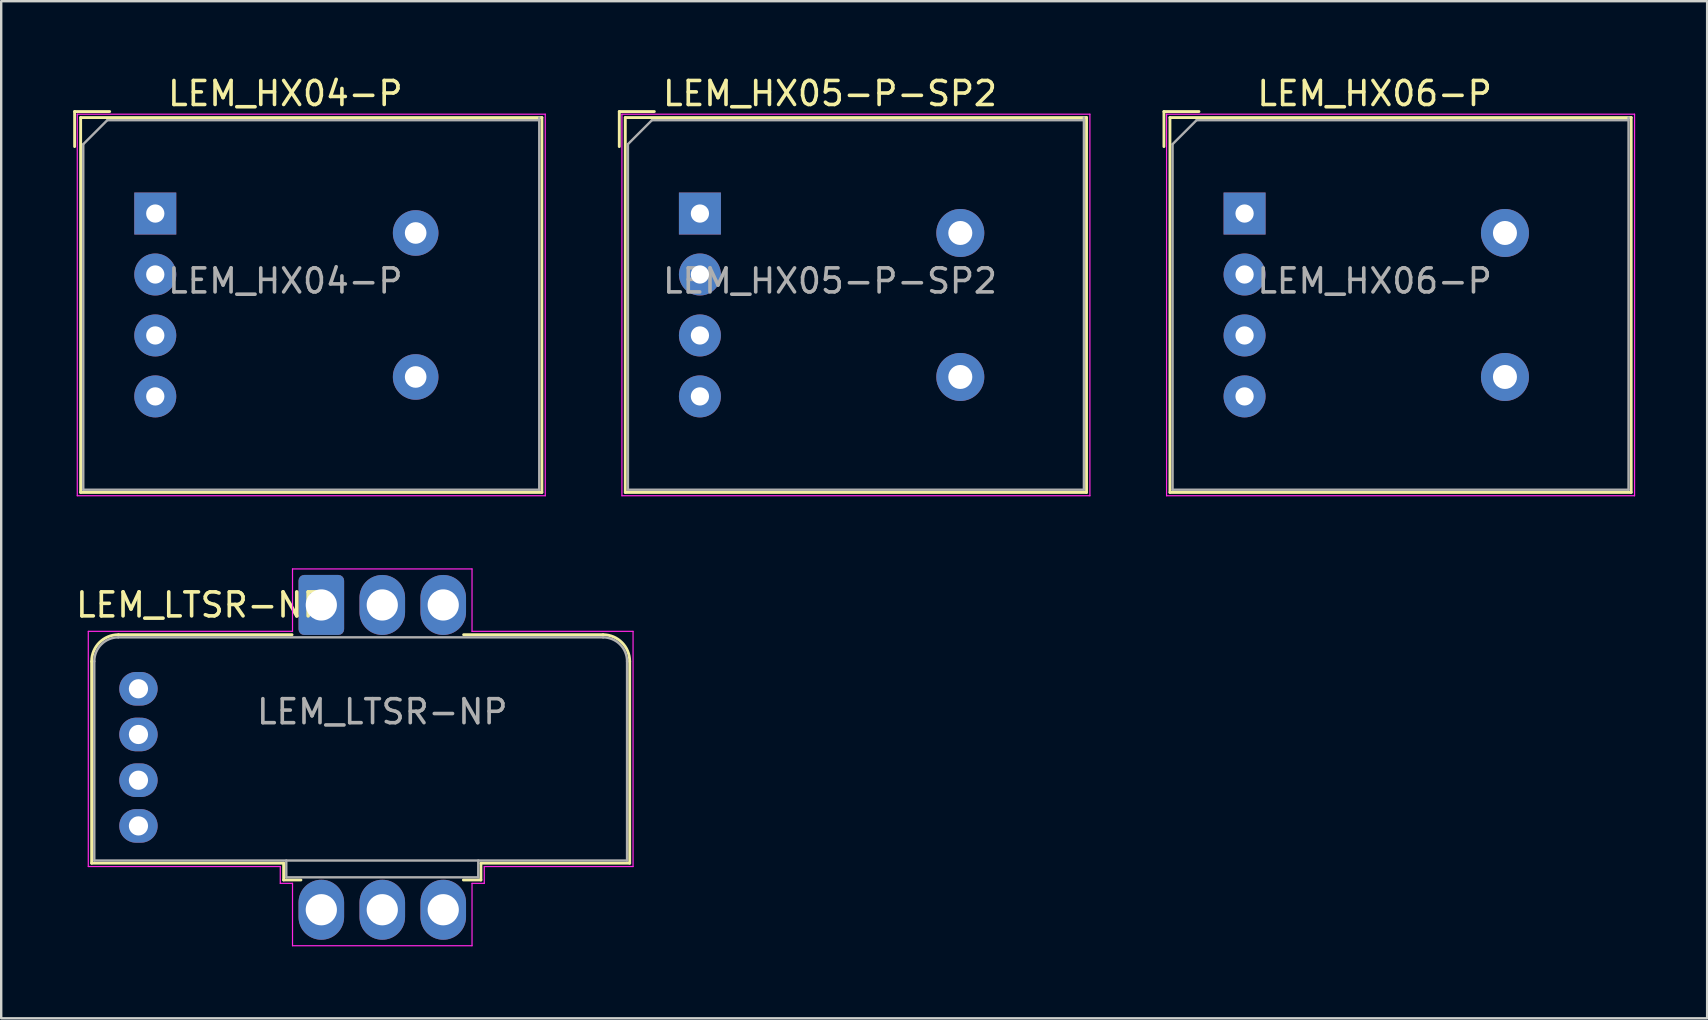
<source format=kicad_pcb>
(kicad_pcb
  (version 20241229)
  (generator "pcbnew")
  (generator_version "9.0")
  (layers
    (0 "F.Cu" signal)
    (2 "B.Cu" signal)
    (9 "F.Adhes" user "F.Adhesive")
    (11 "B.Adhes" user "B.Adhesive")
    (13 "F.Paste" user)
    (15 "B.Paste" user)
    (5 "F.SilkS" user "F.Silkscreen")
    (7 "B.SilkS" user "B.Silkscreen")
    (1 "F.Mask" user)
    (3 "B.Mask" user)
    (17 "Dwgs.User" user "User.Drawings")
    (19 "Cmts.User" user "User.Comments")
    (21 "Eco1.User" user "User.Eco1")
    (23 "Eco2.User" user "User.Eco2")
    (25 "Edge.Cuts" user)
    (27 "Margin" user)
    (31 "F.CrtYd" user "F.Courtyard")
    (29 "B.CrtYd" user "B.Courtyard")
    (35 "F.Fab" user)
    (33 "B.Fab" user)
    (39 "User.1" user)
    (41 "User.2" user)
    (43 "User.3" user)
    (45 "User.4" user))
  (footprint "LEM_LTSR-NP"
    (layer "F.Cu")
    (at 10.339 22.158)
    (property "Reference" "LEM_LTSR-NP" (at -5 0 0) (layer "F.SilkS") (effects (font (size 1 1) (thickness 0.15))))
    (attr through_hole)
    (fp_line (start -9.57 10.76) (end -9.57 2.36) (stroke (width 0.12) (type solid)) (layer "F.SilkS"))
    (fp_line (start -9.57 10.76) (end -1.57 10.76) (stroke (width 0.12) (type solid)) (layer "F.SilkS"))
    (fp_line (start -8.45 1.24) (end -1.22 1.24) (stroke (width 0.12) (type solid)) (layer "F.SilkS"))
    (fp_line (start -1.57 11.46) (end -1.57 10.76) (stroke (width 0.12) (type solid)) (layer "F.SilkS"))
    (fp_line (start -1.57 11.46) (end -0.85 11.46) (stroke (width 0.12) (type solid)) (layer "F.SilkS"))
    (fp_line (start 5.92 11.46) (end 6.65 11.46) (stroke (width 0.12) (type solid)) (layer "F.SilkS"))
    (fp_line (start 5.93 1.24) (end 11.74 1.24) (stroke (width 0.12) (type solid)) (layer "F.SilkS"))
    (fp_line (start 6.65 10.76) (end 12.85 10.76) (stroke (width 0.12) (type solid)) (layer "F.SilkS"))
    (fp_line (start 6.65 11.46) (end 6.65 10.76) (stroke (width 0.12) (type solid)) (layer "F.SilkS"))
    (fp_line (start 12.85 10.76) (end 12.85 2.35) (stroke (width 0.12) (type solid)) (layer "F.SilkS"))
    (fp_arc (start -9.57 2.35) (mid -9.244889 1.565111) (end -8.46 1.24) (stroke (width 0.12) (type solid)) (layer "F.SilkS"))
    (fp_arc (start 11.74 1.24) (mid 12.524889 1.565111) (end 12.85 2.35) (stroke (width 0.12) (type solid)) (layer "F.SilkS"))
    (fp_line (start -9.71 1.1) (end -9.71 10.9) (stroke (width 0.05) (type solid)) (layer "F.CrtYd"))
    (fp_line (start -9.71 1.1) (end -1.2 1.1) (stroke (width 0.05) (type solid)) (layer "F.CrtYd"))
    (fp_line (start -9.71 10.9) (end -1.71 10.9) (stroke (width 0.05) (type solid)) (layer "F.CrtYd"))
    (fp_line (start -1.71 11.6) (end -1.71 10.9) (stroke (width 0.05) (type solid)) (layer "F.CrtYd"))
    (fp_line (start -1.71 11.6) (end -1.2 11.6) (stroke (width 0.05) (type solid)) (layer "F.CrtYd"))
    (fp_line (start -1.2 -1.5) (end -1.2 1.1) (stroke (width 0.05) (type solid)) (layer "F.CrtYd"))
    (fp_line (start -1.2 -1.5) (end 6.28 -1.5) (stroke (width 0.05) (type solid)) (layer "F.CrtYd"))
    (fp_line (start -1.2 11.6) (end -1.2 14.2) (stroke (width 0.05) (type solid)) (layer "F.CrtYd"))
    (fp_line (start -1.2 14.2) (end 6.28 14.2) (stroke (width 0.05) (type solid)) (layer "F.CrtYd"))
    (fp_line (start 6.28 -1.5) (end 6.28 1.1) (stroke (width 0.05) (type solid)) (layer "F.CrtYd"))
    (fp_line (start 6.28 1.1) (end 12.99 1.1) (stroke (width 0.05) (type solid)) (layer "F.CrtYd"))
    (fp_line (start 6.28 11.6) (end 6.28 14.2) (stroke (width 0.05) (type solid)) (layer "F.CrtYd"))
    (fp_line (start 6.28 11.6) (end 6.79 11.6) (stroke (width 0.05) (type solid)) (layer "F.CrtYd"))
    (fp_line (start 6.79 10.9) (end 12.99 10.9) (stroke (width 0.05) (type solid)) (layer "F.CrtYd"))
    (fp_line (start 6.79 11.6) (end 6.79 10.9) (stroke (width 0.05) (type solid)) (layer "F.CrtYd"))
    (fp_line (start 12.99 1.1) (end 12.99 10.9) (stroke (width 0.05) (type solid)) (layer "F.CrtYd"))
    (fp_line (start -9.46 10.65) (end -9.46 2.35) (stroke (width 0.1) (type solid)) (layer "F.Fab"))
    (fp_line (start -9.46 10.65) (end 12.74 10.65) (stroke (width 0.1) (type solid)) (layer "F.Fab"))
    (fp_line (start -8.46 1.35) (end 11.74 1.35) (stroke (width 0.1) (type solid)) (layer "F.Fab"))
    (fp_line (start -1.46 11.35) (end -1.46 10.65) (stroke (width 0.1) (type solid)) (layer "F.Fab"))
    (fp_line (start -1.46 11.35) (end 6.54 11.35) (stroke (width 0.1) (type solid)) (layer "F.Fab"))
    (fp_line (start 6.54 11.35) (end 6.54 10.65) (stroke (width 0.1) (type solid)) (layer "F.Fab"))
    (fp_line (start 12.74 10.65) (end 12.74 2.35) (stroke (width 0.1) (type solid)) (layer "F.Fab"))
    (fp_arc (start -9.46 2.35) (mid -9.167107 1.642893) (end -8.46 1.35) (stroke (width 0.1) (type solid)) (layer "F.Fab"))
    (fp_arc (start 11.74 1.35) (mid 12.447107 1.642893) (end 12.74 2.35) (stroke (width 0.1) (type solid)) (layer "F.Fab"))
    (fp_text user "${REFERENCE}" (at 2.54 4.45 0) (layer "F.Fab") (effects (font (size 1 1) (thickness 0.15))))
    (pad "1" thru_hole roundrect (at 0 0) (size 1.9 2.5) (drill 1.3) (layers "*.Cu" "*.Mask") (roundrect_rratio 0.125))
    (pad "2" thru_hole oval (at 2.54 0) (size 1.9 2.5) (drill 1.3) (layers "*.Cu" "*.Mask"))
    (pad "3" thru_hole oval (at 5.08 0) (size 1.9 2.5) (drill 1.3) (layers "*.Cu" "*.Mask"))
    (pad "4" thru_hole oval (at 5.08 12.7) (size 1.9 2.5) (drill 1.3) (layers "*.Cu" "*.Mask"))
    (pad "5" thru_hole oval (at 2.54 12.7) (size 1.9 2.5) (drill 1.3) (layers "*.Cu" "*.Mask"))
    (pad "6" thru_hole oval (at 0 12.7) (size 1.9 2.5) (drill 1.3) (layers "*.Cu" "*.Mask"))
    (pad "7" thru_hole oval (at -7.62 9.207) (size 1.6 1.4) (drill 0.8) (layers "*.Cu" "*.Mask"))
    (pad "8" thru_hole oval (at -7.62 7.303) (size 1.6 1.4) (drill 0.8) (layers "*.Cu" "*.Mask"))
    (pad "9" thru_hole oval (at -7.62 5.397) (size 1.6 1.4) (drill 0.8) (layers "*.Cu" "*.Mask"))
    (pad "10" thru_hole oval (at -7.62 3.493) (size 1.6 1.4) (drill 0.8) (layers "*.Cu" "*.Mask")))
  (footprint "LEM_HX06-P"
    (layer "F.Cu")
    (at 48.81 5.848)
    (property "Reference" "LEM_HX06-P" (at 5.42 -5 0) (layer "F.SilkS") (effects (font (size 1 1) (thickness 0.15))))
    (attr through_hole)
    (fp_line (start -3.36 -2.79) (end -3.36 -4.25) (stroke (width 0.12) (type solid)) (layer "F.SilkS"))
    (fp_line (start -3.11 -4) (end -3.11 11.62) (stroke (width 0.12) (type solid)) (layer "F.SilkS"))
    (fp_line (start -3.11 11.62) (end 16.11 11.62) (stroke (width 0.12) (type solid)) (layer "F.SilkS"))
    (fp_line (start -1.9 -4.25) (end -3.36 -4.25) (stroke (width 0.12) (type solid)) (layer "F.SilkS"))
    (fp_line (start 16.11 -4) (end -3.11 -4) (stroke (width 0.12) (type solid)) (layer "F.SilkS"))
    (fp_line (start 16.11 11.62) (end 16.11 -4) (stroke (width 0.12) (type solid)) (layer "F.SilkS"))
    (fp_line (start -3.25 -4.14) (end -3.25 11.76) (stroke (width 0.05) (type solid)) (layer "F.CrtYd"))
    (fp_line (start -3.25 11.76) (end 16.25 11.76) (stroke (width 0.05) (type solid)) (layer "F.CrtYd"))
    (fp_line (start 16.25 -4.14) (end -3.25 -4.14) (stroke (width 0.05) (type solid)) (layer "F.CrtYd"))
    (fp_line (start 16.25 11.76) (end 16.25 -4.14) (stroke (width 0.05) (type solid)) (layer "F.CrtYd"))
    (fp_line (start -3 -2.89) (end -3 11.51) (stroke (width 0.1) (type solid)) (layer "F.Fab"))
    (fp_line (start -3 11.51) (end 16 11.51) (stroke (width 0.1) (type solid)) (layer "F.Fab"))
    (fp_line (start -2 -3.89) (end -3 -2.89) (stroke (width 0.1) (type solid)) (layer "F.Fab"))
    (fp_line (start 16 -3.89) (end -2 -3.89) (stroke (width 0.1) (type solid)) (layer "F.Fab"))
    (fp_line (start 16 11.51) (end 16 -4) (stroke (width 0.1) (type solid)) (layer "F.Fab"))
    (fp_text user "${REFERENCE}" (at 5.42 2.81 0) (layer "F.Fab") (effects (font (size 1 1) (thickness 0.15))))
    (pad "1" thru_hole rect (at 0 0) (size 1.75 1.75) (drill 0.76) (layers "*.Cu" "*.Mask"))
    (pad "2" thru_hole circle (at 0 2.54) (size 1.75 1.75) (drill 0.76) (layers "*.Cu" "*.Mask"))
    (pad "3" thru_hole circle (at 0 5.08) (size 1.75 1.75) (drill 0.76) (layers "*.Cu" "*.Mask"))
    (pad "4" thru_hole circle (at 0 7.62) (size 1.75 1.75) (drill 0.76) (layers "*.Cu" "*.Mask"))
    (pad "5" thru_hole circle (at 10.85 0.81) (size 2 2) (drill 1) (layers "*.Cu" "*.Mask"))
    (pad "6" thru_hole circle (at 10.85 6.81) (size 2 2) (drill 1) (layers "*.Cu" "*.Mask")))
  (footprint "LEM_HX05-P-SP2"
    (layer "F.Cu")
    (at 26.115 5.848)
    (property "Reference" "LEM_HX05-P-SP2" (at 5.42 -5 0) (layer "F.SilkS") (effects (font (size 1 1) (thickness 0.15))))
    (attr through_hole)
    (fp_line (start -3.36 -2.79) (end -3.36 -4.25) (stroke (width 0.12) (type solid)) (layer "F.SilkS"))
    (fp_line (start -3.11 -4) (end -3.11 11.62) (stroke (width 0.12) (type solid)) (layer "F.SilkS"))
    (fp_line (start -3.11 11.62) (end 16.11 11.62) (stroke (width 0.12) (type solid)) (layer "F.SilkS"))
    (fp_line (start -1.9 -4.25) (end -3.36 -4.25) (stroke (width 0.12) (type solid)) (layer "F.SilkS"))
    (fp_line (start 16.11 -4) (end -3.11 -4) (stroke (width 0.12) (type solid)) (layer "F.SilkS"))
    (fp_line (start 16.11 11.62) (end 16.11 -4) (stroke (width 0.12) (type solid)) (layer "F.SilkS"))
    (fp_line (start -3.25 -4.14) (end -3.25 11.76) (stroke (width 0.05) (type solid)) (layer "F.CrtYd"))
    (fp_line (start -3.25 11.76) (end 16.25 11.76) (stroke (width 0.05) (type solid)) (layer "F.CrtYd"))
    (fp_line (start 16.25 -4.14) (end -3.25 -4.14) (stroke (width 0.05) (type solid)) (layer "F.CrtYd"))
    (fp_line (start 16.25 11.76) (end 16.25 -4.14) (stroke (width 0.05) (type solid)) (layer "F.CrtYd"))
    (fp_line (start -3 -2.89) (end -3 11.51) (stroke (width 0.1) (type solid)) (layer "F.Fab"))
    (fp_line (start -3 11.51) (end 16 11.51) (stroke (width 0.1) (type solid)) (layer "F.Fab"))
    (fp_line (start -2 -3.89) (end -3 -2.89) (stroke (width 0.1) (type solid)) (layer "F.Fab"))
    (fp_line (start 16 -3.89) (end -2 -3.89) (stroke (width 0.1) (type solid)) (layer "F.Fab"))
    (fp_line (start 16 11.51) (end 16 -4) (stroke (width 0.1) (type solid)) (layer "F.Fab"))
    (fp_text user "${REFERENCE}" (at 5.42 2.81 0) (layer "F.Fab") (effects (font (size 1 1) (thickness 0.15))))
    (pad "1" thru_hole rect (at 0 0) (size 1.75 1.75) (drill 0.76) (layers "*.Cu" "*.Mask"))
    (pad "2" thru_hole circle (at 0 2.54) (size 1.75 1.75) (drill 0.76) (layers "*.Cu" "*.Mask"))
    (pad "3" thru_hole circle (at 0 5.08) (size 1.75 1.75) (drill 0.76) (layers "*.Cu" "*.Mask"))
    (pad "4" thru_hole circle (at 0 7.62) (size 1.75 1.75) (drill 0.76) (layers "*.Cu" "*.Mask"))
    (pad "5" thru_hole circle (at 10.85 0.81) (size 2 2) (drill 1) (layers "*.Cu" "*.Mask"))
    (pad "6" thru_hole circle (at 10.85 6.81) (size 2 2) (drill 1) (layers "*.Cu" "*.Mask")))
  (footprint "LEM_HX04-P"
    (layer "F.Cu")
    (at 3.42 5.848)
    (property "Reference" "LEM_HX04-P" (at 5.42 -5 0) (layer "F.SilkS") (effects (font (size 1 1) (thickness 0.15))))
    (attr through_hole)
    (fp_line (start -3.36 -2.79) (end -3.36 -4.25) (stroke (width 0.12) (type solid)) (layer "F.SilkS"))
    (fp_line (start -3.11 -4) (end -3.11 11.62) (stroke (width 0.12) (type solid)) (layer "F.SilkS"))
    (fp_line (start -3.11 11.62) (end 16.11 11.62) (stroke (width 0.12) (type solid)) (layer "F.SilkS"))
    (fp_line (start -1.9 -4.25) (end -3.36 -4.25) (stroke (width 0.12) (type solid)) (layer "F.SilkS"))
    (fp_line (start 16.11 -4) (end -3.11 -4) (stroke (width 0.12) (type solid)) (layer "F.SilkS"))
    (fp_line (start 16.11 11.62) (end 16.11 -4) (stroke (width 0.12) (type solid)) (layer "F.SilkS"))
    (fp_line (start -3.25 -4.14) (end -3.25 11.76) (stroke (width 0.05) (type solid)) (layer "F.CrtYd"))
    (fp_line (start -3.25 11.76) (end 16.25 11.76) (stroke (width 0.05) (type solid)) (layer "F.CrtYd"))
    (fp_line (start 16.25 -4.14) (end -3.25 -4.14) (stroke (width 0.05) (type solid)) (layer "F.CrtYd"))
    (fp_line (start 16.25 11.76) (end 16.25 -4.14) (stroke (width 0.05) (type solid)) (layer "F.CrtYd"))
    (fp_line (start -3 -2.89) (end -3 11.51) (stroke (width 0.1) (type solid)) (layer "F.Fab"))
    (fp_line (start -3 11.51) (end 16 11.51) (stroke (width 0.1) (type solid)) (layer "F.Fab"))
    (fp_line (start -2 -3.89) (end -3 -2.89) (stroke (width 0.1) (type solid)) (layer "F.Fab"))
    (fp_line (start 16 -3.89) (end -2 -3.89) (stroke (width 0.1) (type solid)) (layer "F.Fab"))
    (fp_line (start 16 11.51) (end 16 -4) (stroke (width 0.1) (type solid)) (layer "F.Fab"))
    (fp_text user "${REFERENCE}" (at 5.42 2.81 0) (layer "F.Fab") (effects (font (size 1 1) (thickness 0.15))))
    (pad "1" thru_hole rect (at 0 0) (size 1.75 1.75) (drill 0.76) (layers "*.Cu" "*.Mask"))
    (pad "2" thru_hole circle (at 0 2.54) (size 1.75 1.75) (drill 0.76) (layers "*.Cu" "*.Mask"))
    (pad "3" thru_hole circle (at 0 5.08) (size 1.75 1.75) (drill 0.76) (layers "*.Cu" "*.Mask"))
    (pad "4" thru_hole circle (at 0 7.62) (size 1.75 1.75) (drill 0.76) (layers "*.Cu" "*.Mask"))
    (pad "5" thru_hole circle (at 10.85 0.81) (size 1.9 1.9) (drill 0.9) (layers "*.Cu" "*.Mask"))
    (pad "6" thru_hole circle (at 10.85 6.81) (size 1.9 1.9) (drill 0.9) (layers "*.Cu" "*.Mask")))
  (gr_rect
    (start -3 -3)
    (end 68.085 39.383)
    (stroke (width 0.1) (type default))
    (fill no)
    (layer "Edge.Cuts")))
</source>
